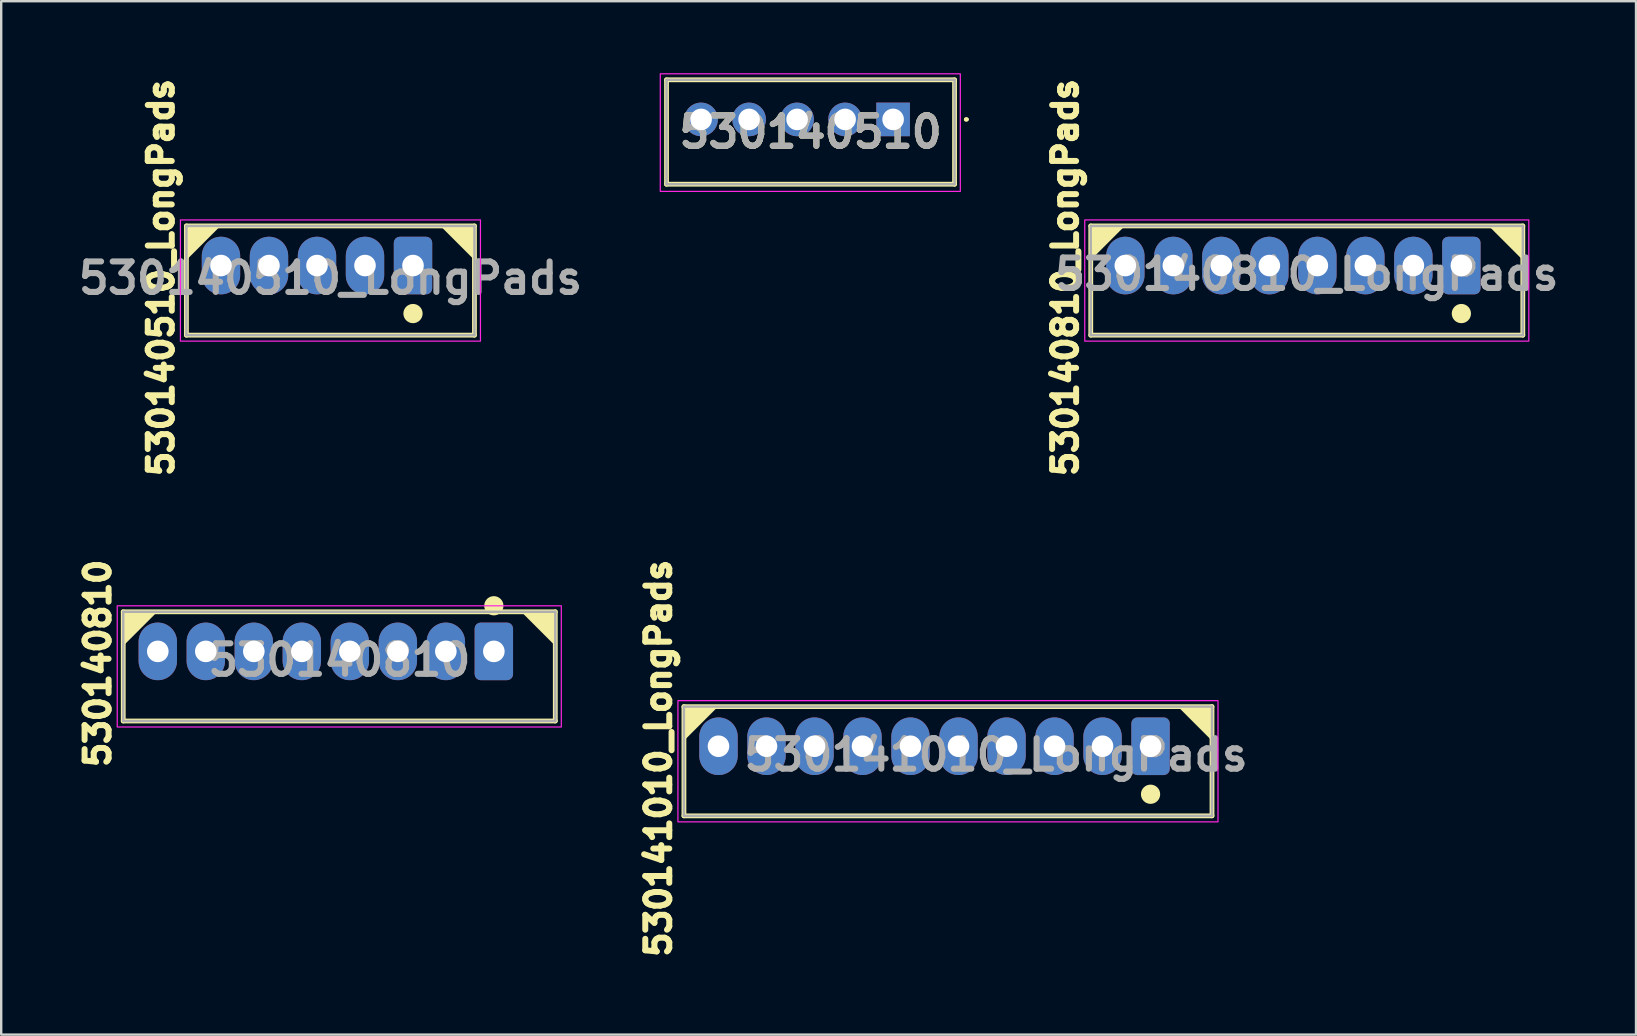
<source format=kicad_pcb>
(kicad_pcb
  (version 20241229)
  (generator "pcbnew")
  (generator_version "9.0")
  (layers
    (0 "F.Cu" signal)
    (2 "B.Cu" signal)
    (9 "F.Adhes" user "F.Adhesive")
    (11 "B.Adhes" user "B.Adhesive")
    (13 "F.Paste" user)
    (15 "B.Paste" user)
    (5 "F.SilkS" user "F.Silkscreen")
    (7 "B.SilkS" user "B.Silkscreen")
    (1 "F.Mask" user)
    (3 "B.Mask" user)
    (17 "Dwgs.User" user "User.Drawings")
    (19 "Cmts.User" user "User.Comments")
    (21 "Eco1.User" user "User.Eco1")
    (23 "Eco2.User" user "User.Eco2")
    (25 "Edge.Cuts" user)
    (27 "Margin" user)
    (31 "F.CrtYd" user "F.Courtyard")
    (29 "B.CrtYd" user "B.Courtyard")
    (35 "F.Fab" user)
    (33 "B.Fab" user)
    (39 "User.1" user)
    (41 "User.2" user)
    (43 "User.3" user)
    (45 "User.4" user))
  (footprint "530140810"
    (layer "F.Cu")
    (at 17.524 24.087)
    (property "Reference" "530140810" (at -16.5 0.5 90) (layer "F.SilkS") (effects (font (size 1 1) (thickness 0.25))))
    (attr through_hole)
    (fp_line (start -15.44 -1.65) (end 2.56 -1.65) (stroke (width 0.2) (type solid)) (layer "F.SilkS"))
    (fp_line (start -15.44 2.9) (end -15.44 -1.65) (stroke (width 0.2) (type solid)) (layer "F.SilkS"))
    (fp_line (start 2.56 -1.65) (end 2.56 2.9) (stroke (width 0.2) (type solid)) (layer "F.SilkS"))
    (fp_line (start 2.56 2.9) (end -15.44 2.9) (stroke (width 0.2) (type solid)) (layer "F.SilkS"))
    (fp_circle (center 0 -1.9) (end 0.001 -1.9) (stroke (width 0.4) (type solid)) (fill no) (layer "F.SilkS"))
    (fp_poly (pts (xy -15.44 -1.65) (xy -14.09 -1.65) (xy -15.44 -0.3)) (stroke (width 0.1) (type solid)) (fill yes) (layer "F.SilkS"))
    (fp_poly (pts (xy 2.56 -1.65) (xy 1.21 -1.65) (xy 2.56 -0.3)) (stroke (width 0.1) (type solid)) (fill yes) (layer "F.SilkS"))
    (fp_rect (start -15.69 -1.9) (end 2.81 3.15) (stroke (width 0.05) (type solid)) (fill no) (layer "F.CrtYd"))
    (fp_line (start -15.44 -1.65) (end 2.56 -1.65) (stroke (width 0.1) (type solid)) (layer "F.Fab"))
    (fp_line (start -15.44 2.9) (end -15.44 -1.65) (stroke (width 0.1) (type solid)) (layer "F.Fab"))
    (fp_line (start 2.56 -1.65) (end 2.56 2.9) (stroke (width 0.1) (type solid)) (layer "F.Fab"))
    (fp_line (start 2.56 2.9) (end -15.44 2.9) (stroke (width 0.1) (type solid)) (layer "F.Fab"))
    (fp_text user "${REFERENCE}" (at -6.44 0.36 180) (layer "F.Fab") (effects (font (size 1.27 1.27) (thickness 0.254))))
    (pad "1" thru_hole roundrect (at 0 0) (size 1.6 2.4) (drill 0.9) (layers "*.Cu" "*.Mask") (roundrect_rratio 0.156))
    (pad "2" thru_hole oval (at -2 0) (size 1.6 2.4) (drill 0.9) (layers "*.Cu" "*.Mask"))
    (pad "3" thru_hole oval (at -4 0) (size 1.6 2.4) (drill 0.9) (layers "*.Cu" "*.Mask"))
    (pad "4" thru_hole oval (at -6 0) (size 1.6 2.4) (drill 0.9) (layers "*.Cu" "*.Mask"))
    (pad "5" thru_hole oval (at -8 0) (size 1.6 2.4) (drill 0.9) (layers "*.Cu" "*.Mask"))
    (pad "6" thru_hole oval (at -10 0) (size 1.6 2.4) (drill 0.9) (layers "*.Cu" "*.Mask"))
    (pad "7" thru_hole oval (at -12 0) (size 1.6 2.4) (drill 0.9) (layers "*.Cu" "*.Mask"))
    (pad "8" thru_hole oval (at -14 0) (size 1.6 2.4) (drill 0.9) (layers "*.Cu" "*.Mask")))
  (footprint "530140510_LongPads"
    (layer "F.Cu")
    (at 14.156 8.013)
    (property "Reference" "530140510_LongPads" (at -10.5 0.5 90) (layer "F.SilkS") (effects (font (size 1 1) (thickness 0.25) (bold yes))))
    (attr through_hole)
    (fp_line (start -9.44 -1.65) (end 2.56 -1.65) (stroke (width 0.2) (type solid)) (layer "F.SilkS"))
    (fp_line (start -9.44 2.9) (end -9.44 -1.65) (stroke (width 0.2) (type solid)) (layer "F.SilkS"))
    (fp_line (start 2.56 -1.65) (end 2.56 2.9) (stroke (width 0.2) (type solid)) (layer "F.SilkS"))
    (fp_line (start 2.56 2.9) (end -9.44 2.9) (stroke (width 0.2) (type solid)) (layer "F.SilkS"))
    (fp_circle (center 0 2) (end 0.001 2) (stroke (width 0.4) (type solid)) (fill no) (layer "F.SilkS"))
    (fp_poly (pts (xy -9.44 -1.65) (xy -8.09 -1.65) (xy -9.44 -0.3)) (stroke (width 0.1) (type solid)) (fill yes) (layer "F.SilkS"))
    (fp_poly (pts (xy 2.56 -1.65) (xy 1.21 -1.65) (xy 2.56 -0.3)) (stroke (width 0.1) (type solid)) (fill yes) (layer "F.SilkS"))
    (fp_rect (start -9.69 -1.9) (end 2.81 3.15) (stroke (width 0.05) (type solid)) (fill no) (layer "F.CrtYd"))
    (fp_line (start -9.44 -1.65) (end 2.56 -1.65) (stroke (width 0.1) (type solid)) (layer "F.Fab"))
    (fp_line (start -9.44 2.9) (end -9.44 -1.65) (stroke (width 0.1) (type solid)) (layer "F.Fab"))
    (fp_line (start 2.56 -1.65) (end 2.56 2.9) (stroke (width 0.1) (type solid)) (layer "F.Fab"))
    (fp_line (start 2.56 2.9) (end -9.44 2.9) (stroke (width 0.1) (type solid)) (layer "F.Fab"))
    (fp_text user "${REFERENCE}" (at -3.44 0.525 0) (layer "F.Fab") (effects (font (size 1.27 1.27) (thickness 0.254))))
    (pad "1" thru_hole roundrect (at 0 0) (size 1.6 2.4) (drill 0.9) (layers "*.Cu" "*.Mask") (roundrect_rratio 0.156))
    (pad "2" thru_hole oval (at -2 0) (size 1.6 2.4) (drill 0.9) (layers "*.Cu" "*.Mask"))
    (pad "3" thru_hole oval (at -4 0) (size 1.6 2.4) (drill 0.9) (layers "*.Cu" "*.Mask"))
    (pad "4" thru_hole oval (at -6 0) (size 1.6 2.4) (drill 0.9) (layers "*.Cu" "*.Mask"))
    (pad "5" thru_hole oval (at -8 0) (size 1.6 2.4) (drill 0.9) (layers "*.Cu" "*.Mask")))
  (footprint "530140810_LongPads"
    (layer "F.Cu")
    (at 57.832 8.013)
    (property "Reference" "530140810_LongPads" (at -16.5 0.5 90) (layer "F.SilkS") (effects (font (size 1 1) (thickness 0.25))))
    (attr through_hole)
    (fp_line (start -15.44 -1.65) (end 2.56 -1.65) (stroke (width 0.2) (type solid)) (layer "F.SilkS"))
    (fp_line (start -15.44 2.9) (end -15.44 -1.65) (stroke (width 0.2) (type solid)) (layer "F.SilkS"))
    (fp_line (start 2.56 -1.65) (end 2.56 2.9) (stroke (width 0.2) (type solid)) (layer "F.SilkS"))
    (fp_line (start 2.56 2.9) (end -15.44 2.9) (stroke (width 0.2) (type solid)) (layer "F.SilkS"))
    (fp_circle (center 0 2) (end 0.001 2) (stroke (width 0.4) (type solid)) (fill no) (layer "F.SilkS"))
    (fp_poly (pts (xy -15.44 -1.65) (xy -14.09 -1.65) (xy -15.44 -0.3)) (stroke (width 0.1) (type solid)) (fill yes) (layer "F.SilkS"))
    (fp_poly (pts (xy 2.56 -1.65) (xy 1.21 -1.65) (xy 2.56 -0.3)) (stroke (width 0.1) (type solid)) (fill yes) (layer "F.SilkS"))
    (fp_rect (start -15.69 -1.9) (end 2.81 3.15) (stroke (width 0.05) (type solid)) (fill no) (layer "F.CrtYd"))
    (fp_line (start -15.44 -1.65) (end 2.56 -1.65) (stroke (width 0.1) (type solid)) (layer "F.Fab"))
    (fp_line (start -15.44 2.9) (end -15.44 -1.65) (stroke (width 0.1) (type solid)) (layer "F.Fab"))
    (fp_line (start 2.56 -1.65) (end 2.56 2.9) (stroke (width 0.1) (type solid)) (layer "F.Fab"))
    (fp_line (start 2.56 2.9) (end -15.44 2.9) (stroke (width 0.1) (type solid)) (layer "F.Fab"))
    (fp_text user "${REFERENCE}" (at -6.44 0.36 180) (layer "F.Fab") (effects (font (size 1.27 1.27) (thickness 0.254))))
    (pad "1" thru_hole roundrect (at 0 0) (size 1.6 2.4) (drill 0.9) (layers "*.Cu" "*.Mask") (roundrect_rratio 0.156))
    (pad "2" thru_hole oval (at -2 0) (size 1.6 2.4) (drill 0.9) (layers "*.Cu" "*.Mask"))
    (pad "3" thru_hole oval (at -4 0) (size 1.6 2.4) (drill 0.9) (layers "*.Cu" "*.Mask"))
    (pad "4" thru_hole oval (at -6 0) (size 1.6 2.4) (drill 0.9) (layers "*.Cu" "*.Mask"))
    (pad "5" thru_hole oval (at -8 0) (size 1.6 2.4) (drill 0.9) (layers "*.Cu" "*.Mask"))
    (pad "6" thru_hole oval (at -10 0) (size 1.6 2.4) (drill 0.9) (layers "*.Cu" "*.Mask"))
    (pad "7" thru_hole oval (at -12 0) (size 1.6 2.4) (drill 0.9) (layers "*.Cu" "*.Mask"))
    (pad "8" thru_hole oval (at -14 0) (size 1.6 2.4) (drill 0.9) (layers "*.Cu" "*.Mask")))
  (footprint "530140510"
    (layer "F.Cu")
    (at 34.158 1.925)
    (property "Reference" "530140510" (at -3.44 0.525 0) (layer "F.SilkS") (effects (font (size 1.27 1.27) (thickness 0.254))))
    (attr through_hole)
    (fp_line (start -9.44 -1.65) (end -9.44 2.7) (stroke (width 0.2) (type solid)) (layer "F.SilkS"))
    (fp_line (start -9.44 2.7) (end 2.56 2.7) (stroke (width 0.2) (type solid)) (layer "F.SilkS"))
    (fp_line (start 2.56 -1.65) (end -9.44 -1.65) (stroke (width 0.2) (type solid)) (layer "F.SilkS"))
    (fp_line (start 2.56 2.7) (end 2.56 -1.65) (stroke (width 0.2) (type solid)) (layer "F.SilkS"))
    (fp_line (start 3 0) (end 3 0) (stroke (width 0.1) (type solid)) (layer "F.SilkS"))
    (fp_line (start 3.1 0) (end 3.1 0) (stroke (width 0.1) (type solid)) (layer "F.SilkS"))
    (fp_arc (start 3 0) (mid 3.05 -0.05) (end 3.1 0) (stroke (width 0.1) (type solid)) (layer "F.SilkS"))
    (fp_arc (start 3.1 0) (mid 3.05 0.05) (end 3 0) (stroke (width 0.1) (type solid)) (layer "F.SilkS"))
    (fp_rect (start -9.7 -1.9) (end 2.8 3) (stroke (width 0.05) (type default)) (fill no) (layer "F.CrtYd"))
    (fp_line (start -9.44 -1.65) (end -9.44 2.7) (stroke (width 0.1) (type solid)) (layer "F.Fab"))
    (fp_line (start -9.44 2.7) (end 2.56 2.7) (stroke (width 0.1) (type solid)) (layer "F.Fab"))
    (fp_line (start 2.56 -1.65) (end -9.44 -1.65) (stroke (width 0.1) (type solid)) (layer "F.Fab"))
    (fp_line (start 2.56 2.7) (end 2.56 -1.65) (stroke (width 0.1) (type solid)) (layer "F.Fab"))
    (fp_text user "${REFERENCE}" (at -3.44 0.525 0) (layer "F.Fab") (effects (font (size 1.27 1.27) (thickness 0.254))))
    (pad "1" thru_hole rect (at 0 0) (size 1.4 1.4) (drill 0.9) (layers "*.Cu" "*.Mask"))
    (pad "2" thru_hole circle (at -2 0) (size 1.4 1.4) (drill 0.9) (layers "*.Cu" "*.Mask"))
    (pad "3" thru_hole circle (at -4 0) (size 1.4 1.4) (drill 0.9) (layers "*.Cu" "*.Mask"))
    (pad "4" thru_hole circle (at -6 0) (size 1.4 1.4) (drill 0.9) (layers "*.Cu" "*.Mask"))
    (pad "5" thru_hole circle (at -8 0) (size 1.4 1.4) (drill 0.9) (layers "*.Cu" "*.Mask")))
  (footprint "530141010_LongPads"
    (layer "F.Cu")
    (at 44.883 28.039)
    (property "Reference" "530141010_LongPads" (at -20.5 0.5 270) (layer "F.SilkS") (effects (font (size 1 1) (thickness 0.25))))
    (attr through_hole)
    (fp_line (start -19.44 -1.65) (end 2.56 -1.65) (stroke (width 0.2) (type solid)) (layer "F.SilkS"))
    (fp_line (start -19.44 2.9) (end -19.44 -1.65) (stroke (width 0.2) (type solid)) (layer "F.SilkS"))
    (fp_line (start 2.56 -1.65) (end 2.56 2.9) (stroke (width 0.2) (type solid)) (layer "F.SilkS"))
    (fp_line (start 2.56 2.9) (end -19.44 2.9) (stroke (width 0.2) (type solid)) (layer "F.SilkS"))
    (fp_circle (center 0 2) (end 0.001 2) (stroke (width 0.4) (type solid)) (fill no) (layer "F.SilkS"))
    (fp_poly (pts (xy -19.44 -1.65) (xy -18.09 -1.65) (xy -19.44 -0.3)) (stroke (width 0.1) (type solid)) (fill yes) (layer "F.SilkS"))
    (fp_poly (pts (xy 2.56 -1.65) (xy 1.21 -1.65) (xy 2.56 -0.3)) (stroke (width 0.1) (type solid)) (fill yes) (layer "F.SilkS"))
    (fp_rect (start -19.69 -1.9) (end 2.81 3.15) (stroke (width 0.05) (type solid)) (fill no) (layer "F.CrtYd"))
    (fp_line (start -19.44 -1.65) (end 2.56 -1.65) (stroke (width 0.1) (type solid)) (layer "F.Fab"))
    (fp_line (start -19.44 2.9) (end -19.44 -1.65) (stroke (width 0.1) (type solid)) (layer "F.Fab"))
    (fp_line (start 2.56 -1.65) (end 2.56 2.9) (stroke (width 0.1) (type solid)) (layer "F.Fab"))
    (fp_line (start 2.56 2.9) (end -19.44 2.9) (stroke (width 0.1) (type solid)) (layer "F.Fab"))
    (fp_text user "${REFERENCE}" (at -6.44 0.36 180) (layer "F.Fab") (effects (font (size 1.27 1.27) (thickness 0.254))))
    (pad "1" thru_hole roundrect (at 0 0) (size 1.6 2.4) (drill 0.9) (layers "*.Cu" "*.Mask") (roundrect_rratio 0.156))
    (pad "2" thru_hole oval (at -2 0) (size 1.6 2.4) (drill 0.9) (layers "*.Cu" "*.Mask"))
    (pad "3" thru_hole oval (at -4 0) (size 1.6 2.4) (drill 0.9) (layers "*.Cu" "*.Mask"))
    (pad "4" thru_hole oval (at -6 0) (size 1.6 2.4) (drill 0.9) (layers "*.Cu" "*.Mask"))
    (pad "5" thru_hole oval (at -8 0) (size 1.6 2.4) (drill 0.9) (layers "*.Cu" "*.Mask"))
    (pad "6" thru_hole oval (at -10 0) (size 1.6 2.4) (drill 0.9) (layers "*.Cu" "*.Mask"))
    (pad "7" thru_hole oval (at -12 0) (size 1.6 2.4) (drill 0.9) (layers "*.Cu" "*.Mask"))
    (pad "8" thru_hole oval (at -14 0) (size 1.6 2.4) (drill 0.9) (layers "*.Cu" "*.Mask"))
    (pad "9" thru_hole oval (at -16 0) (size 1.6 2.4) (drill 0.9) (layers "*.Cu" "*.Mask"))
    (pad "10" thru_hole oval (at -18 0) (size 1.6 2.4) (drill 0.9) (layers "*.Cu" "*.Mask")))
  (gr_rect
    (start -3 -3)
    (end 65.108 40.052)
    (stroke (width 0.1) (type default))
    (fill no)
    (layer "Edge.Cuts")))
</source>
